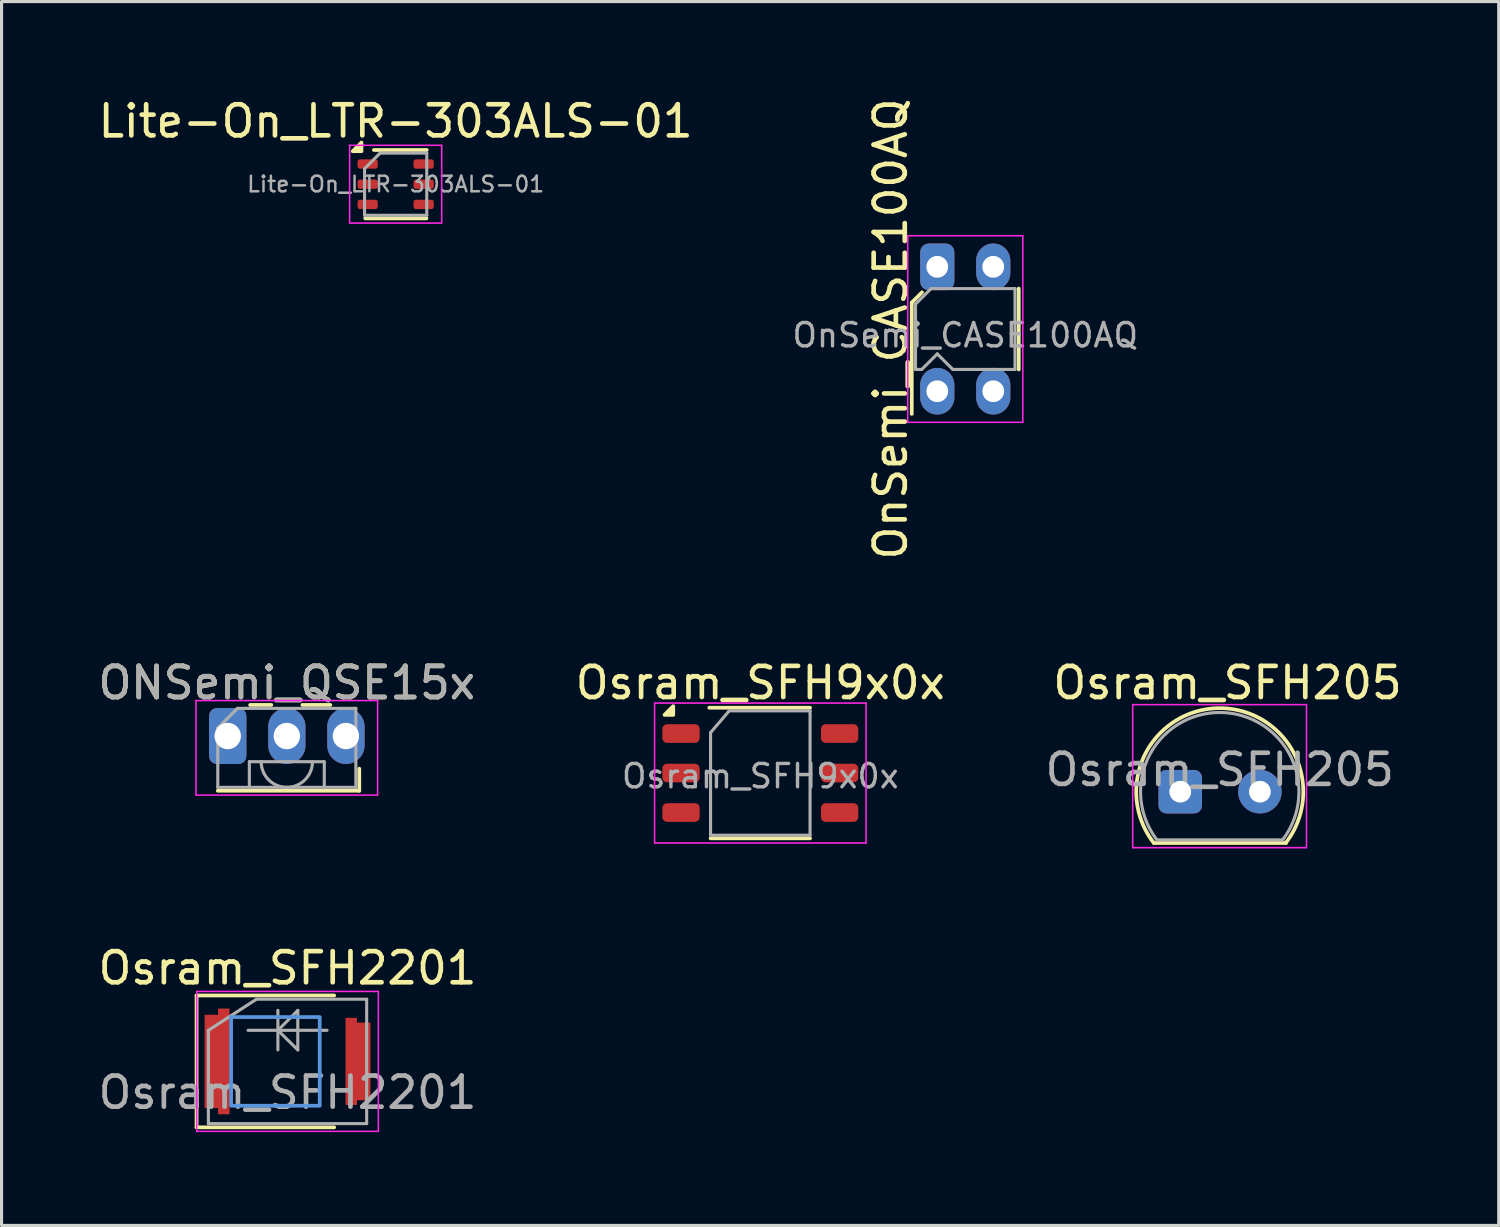
<source format=kicad_pcb>
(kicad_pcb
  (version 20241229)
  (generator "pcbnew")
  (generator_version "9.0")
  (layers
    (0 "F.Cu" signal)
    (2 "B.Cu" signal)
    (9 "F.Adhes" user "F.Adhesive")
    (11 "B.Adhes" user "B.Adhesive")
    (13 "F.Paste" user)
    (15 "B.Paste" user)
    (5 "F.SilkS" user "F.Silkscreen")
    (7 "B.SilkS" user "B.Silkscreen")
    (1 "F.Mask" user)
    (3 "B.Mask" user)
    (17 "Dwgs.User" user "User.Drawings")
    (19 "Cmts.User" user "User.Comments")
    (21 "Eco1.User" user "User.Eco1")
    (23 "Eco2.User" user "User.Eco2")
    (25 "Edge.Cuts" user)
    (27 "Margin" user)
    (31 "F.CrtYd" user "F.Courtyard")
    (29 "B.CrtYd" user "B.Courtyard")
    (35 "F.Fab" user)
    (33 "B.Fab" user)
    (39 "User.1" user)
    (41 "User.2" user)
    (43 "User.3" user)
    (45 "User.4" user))
  (footprint "Osram_SFH2201"
    (layer "F.Cu")
    (at 6.196 31.081)
    (property "Reference" "Osram_SFH2201" (at 0 -3 0) (unlocked yes) (layer "F.SilkS") (effects (font (size 1 1) (thickness 0.15))))
    (attr smd)
    (fp_line (start -2.925 -2.12) (end -2.925 2.12) (stroke (width 0.12) (type solid)) (layer "F.SilkS"))
    (fp_line (start -2.925 2.12) (end 1.5 2.12) (stroke (width 0.12) (type solid)) (layer "F.SilkS"))
    (fp_line (start 1.5 -2.12) (end -2.925 -2.12) (stroke (width 0.12) (type solid)) (layer "F.SilkS"))
    (fp_rect (start -1.815 -1.425) (end 1.035 1.425) (stroke (width 0.12) (type solid)) (fill no) (layer "Cmts.User"))
    (fp_line (start -2.92 -2.25) (end -2.92 2.25) (stroke (width 0.05) (type solid)) (layer "F.CrtYd"))
    (fp_line (start -2.92 -2.25) (end 2.92 -2.25) (stroke (width 0.05) (type solid)) (layer "F.CrtYd"))
    (fp_line (start 2.92 2.25) (end -2.92 2.25) (stroke (width 0.05) (type solid)) (layer "F.CrtYd"))
    (fp_line (start 2.92 2.25) (end 2.92 -2.25) (stroke (width 0.05) (type solid)) (layer "F.CrtYd"))
    (fp_line (start -2.545 -1) (end -2.545 2) (stroke (width 0.1) (type solid)) (layer "F.Fab"))
    (fp_line (start -2.545 -1) (end -1 -2) (stroke (width 0.1) (type solid)) (layer "F.Fab"))
    (fp_line (start -1.27 -1) (end 1.27 -1) (stroke (width 0.1) (type solid)) (layer "F.Fab"))
    (fp_line (start -1 -2) (end 2.545 -2) (stroke (width 0.1) (type solid)) (layer "F.Fab"))
    (fp_line (start -0.31 -1.64) (end -0.31 -0.37) (stroke (width 0.1) (type solid)) (layer "F.Fab"))
    (fp_line (start -0.31 -1) (end 0.33 -1.64) (stroke (width 0.1) (type solid)) (layer "F.Fab"))
    (fp_line (start 0.33 -1.64) (end 0.33 -0.37) (stroke (width 0.1) (type solid)) (layer "F.Fab"))
    (fp_line (start 0.33 -0.37) (end -0.31 -1) (stroke (width 0.1) (type solid)) (layer "F.Fab"))
    (fp_line (start 2.545 -2) (end 2.545 2) (stroke (width 0.1) (type solid)) (layer "F.Fab"))
    (fp_line (start 2.545 2) (end -2.545 2) (stroke (width 0.1) (type solid)) (layer "F.Fab"))
    (fp_text user "${REFERENCE}" (at 0 1 0) (unlocked yes) (layer "F.Fab") (effects (font (size 1 1) (thickness 0.15))))
    (pad "" smd rect (at -2.265 -0.8) (size 0.6 1) (layers "F.Paste"))
    (pad "" smd rect (at -2.265 0.8) (size 0.6 1) (layers "F.Paste"))
    (pad "" smd rect (at 2.265 -0.7) (size 0.6 1) (layers "F.Paste"))
    (pad "" smd rect (at 2.265 0.7) (size 0.6 1) (layers "F.Paste"))
    (pad "1" smd custom (at -2.265 0) (size 0.8 3) (layers "F.Cu" "F.Mask") (options (anchor rect)) (primitives (gr_poly (pts (xy -0.4 -1.5) (xy 0.03 -1.5) (xy 0.03 -1.7) (xy 0.4 -1.7) (xy 0.4 1.7) (xy 0.03 1.7) (xy 0.03 1.5) (xy -0.4 1.5)) (width 0) (fill yes))))
    (pad "2" smd custom (at 2.265 0 180) (size 0.8 2.5) (layers "F.Cu" "F.Mask") (options (anchor rect)) (primitives (gr_poly (pts (xy -0.4 -1.25) (xy 0.03 -1.25) (xy 0.03 -1.4) (xy 0.4 -1.4) (xy 0.4 1.4) (xy 0.03 1.4) (xy 0.03 1.25) (xy -0.4 1.25)) (width 0) (fill yes)))))
  (footprint "OnSemi_CASE100AQ"
    (layer "F.Cu")
    (at 27.089 5.53)
    (property "Reference" "OnSemi_CASE100AQ" (at -1.5 2 90) (layer "F.SilkS") (effects (font (size 1 1) (thickness 0.15))))
    (attr through_hole)
    (fp_line (start -0.82 1.15) (end -0.82 4.73) (stroke (width 0.12) (type solid)) (layer "F.SilkS"))
    (fp_line (start -0.49 0.82) (end -0.82 1.15) (stroke (width 0.12) (type solid)) (layer "F.SilkS"))
    (fp_line (start 2.62 3.3) (end 2.62 0.7) (stroke (width 0.12) (type solid)) (layer "F.SilkS"))
    (fp_line (start -0.95 -1) (end -0.95 5) (stroke (width 0.05) (type solid)) (layer "F.CrtYd"))
    (fp_line (start -0.95 -1) (end 2.75 -1) (stroke (width 0.05) (type solid)) (layer "F.CrtYd"))
    (fp_line (start 2.75 5) (end -0.95 5) (stroke (width 0.05) (type solid)) (layer "F.CrtYd"))
    (fp_line (start 2.75 5) (end 2.75 -1) (stroke (width 0.05) (type solid)) (layer "F.CrtYd"))
    (fp_line (start -0.7 1.2) (end -0.2 0.7) (stroke (width 0.1) (type solid)) (layer "F.Fab"))
    (fp_line (start -0.7 3.3) (end -0.7 1.2) (stroke (width 0.1) (type solid)) (layer "F.Fab"))
    (fp_line (start -0.7 3.3) (end -0.5 3.3) (stroke (width 0.1) (type solid)) (layer "F.Fab"))
    (fp_line (start -0.2 0.7) (end 2.5 0.7) (stroke (width 0.1) (type solid)) (layer "F.Fab"))
    (fp_line (start 0 2.8) (end -0.5 3.3) (stroke (width 0.1) (type solid)) (layer "F.Fab"))
    (fp_line (start 0 2.8) (end 0.5 3.3) (stroke (width 0.1) (type solid)) (layer "F.Fab"))
    (fp_line (start 2.5 0.7) (end 2.5 3.3) (stroke (width 0.1) (type solid)) (layer "F.Fab"))
    (fp_line (start 2.5 3.3) (end 0.5 3.3) (stroke (width 0.1) (type solid)) (layer "F.Fab"))
    (fp_text user "${REFERENCE}" (at 0.9 2.2 0) (layer "F.Fab") (effects (font (size 0.75 0.75) (thickness 0.11))))
    (pad "1" thru_hole roundrect (at 0 0) (size 1.1 1.5) (drill 0.7) (layers "*.Cu" "*.Mask") (roundrect_rratio 0.25))
    (pad "2" thru_hole oval (at 0 4) (size 1.1 1.5) (drill 0.7) (layers "*.Cu" "*.Mask"))
    (pad "3" thru_hole oval (at 1.8 4) (size 1.1 1.5) (drill 0.7) (layers "*.Cu" "*.Mask"))
    (pad "4" thru_hole oval (at 1.8 0) (size 1.1 1.5) (drill 0.7) (layers "*.Cu" "*.Mask")))
  (footprint "ONSemi_QSE15x"
    (layer "F.Cu")
    (at 4.273 20.618)
    (property "Reference" "ONSemi_QSE15x" (at 1.9 -1.71 0) (layer "F.SilkS") (effects (font (size 1 1) (thickness 0.15))))
    (attr through_hole)
    (fp_line (start -0.32 1.76) (end 4.23 1.76) (stroke (width 0.12) (type solid)) (layer "F.SilkS"))
    (fp_line (start 0.72 -1) (end 1.4 -1) (stroke (width 0.12) (type solid)) (layer "F.SilkS"))
    (fp_line (start 2.4 -1) (end 3.3 -1) (stroke (width 0.12) (type solid)) (layer "F.SilkS"))
    (fp_line (start 4.23 1.76) (end 4.23 1.05) (stroke (width 0.12) (type solid)) (layer "F.SilkS"))
    (fp_line (start -1.02 -1.14) (end 4.82 -1.14) (stroke (width 0.05) (type solid)) (layer "F.CrtYd"))
    (fp_line (start -1.02 1.9) (end -1.02 -1.14) (stroke (width 0.05) (type solid)) (layer "F.CrtYd"))
    (fp_line (start 4.82 -1.14) (end 4.82 1.9) (stroke (width 0.05) (type solid)) (layer "F.CrtYd"))
    (fp_line (start 4.82 1.9) (end -1.02 1.9) (stroke (width 0.05) (type solid)) (layer "F.CrtYd"))
    (fp_line (start -0.32 -0.255) (end -0.32 1.65) (stroke (width 0.1) (type solid)) (layer "F.Fab"))
    (fp_line (start -0.32 -0.255) (end 0.315 -0.89) (stroke (width 0.1) (type solid)) (layer "F.Fab"))
    (fp_line (start -0.32 1.65) (end 4.12 1.65) (stroke (width 0.1) (type solid)) (layer "F.Fab"))
    (fp_line (start 0.315 -0.89) (end 4.12 -0.89) (stroke (width 0.1) (type solid)) (layer "F.Fab"))
    (fp_line (start 0.695 0.825) (end 3.105 0.825) (stroke (width 0.1) (type solid)) (layer "F.Fab"))
    (fp_line (start 0.695 1.65) (end 0.695 0.825) (stroke (width 0.1) (type solid)) (layer "F.Fab"))
    (fp_line (start 3.105 1.65) (end 3.105 0.825) (stroke (width 0.1) (type solid)) (layer "F.Fab"))
    (fp_line (start 4.12 1.65) (end 4.12 -0.89) (stroke (width 0.1) (type solid)) (layer "F.Fab"))
    (fp_arc (start 1.9 1.65) (mid 1.316637 1.408363) (end 1.075 0.825) (stroke (width 0.1) (type solid)) (layer "F.Fab"))
    (fp_arc (start 2.725 0.825) (mid 2.483363 1.408363) (end 1.9 1.65) (stroke (width 0.1) (type solid)) (layer "F.Fab"))
    (fp_text user "${REFERENCE}" (at 1.9 -1.71 0) (layer "F.Fab") (effects (font (size 1 1) (thickness 0.15))))
    (pad "1" thru_hole roundrect (at 0 0) (size 1.2 1.8) (drill 0.85) (layers "*.Cu" "*.Mask") (roundrect_rratio 0.208))
    (pad "2" thru_hole oval (at 1.9 0) (size 1.2 1.8) (drill 0.85) (layers "*.Cu" "*.Mask"))
    (pad "3" thru_hole oval (at 3.8 0) (size 1.2 1.8) (drill 0.85) (layers "*.Cu" "*.Mask")))
  (footprint "Osram_SFH9x0x"
    (layer "F.Cu")
    (at 21.399 21.808)
    (property "Reference" "Osram_SFH9x0x" (at 0 -2.9 0) (layer "F.SilkS") (effects (font (size 1 1) (thickness 0.15))))
    (attr smd)
    (fp_line (start -1.6 2.1) (end 1.6 2.1) (stroke (width 0.12) (type solid)) (layer "F.SilkS"))
    (fp_line (start 1.6 -2.1) (end -1.64 -2.1) (stroke (width 0.12) (type solid)) (layer "F.SilkS"))
    (fp_poly (pts (xy -2.8 -1.87) (xy -3.08 -1.87) (xy -2.8 -2.15) (xy -2.8 -1.87)) (stroke (width 0.12) (type solid)) (fill yes) (layer "F.SilkS"))
    (fp_line (start -3.4 -2.25) (end -3.4 2.25) (stroke (width 0.05) (type solid)) (layer "F.CrtYd"))
    (fp_line (start -3.4 -2.25) (end 3.4 -2.25) (stroke (width 0.05) (type solid)) (layer "F.CrtYd"))
    (fp_line (start 3.4 2.25) (end -3.4 2.25) (stroke (width 0.05) (type solid)) (layer "F.CrtYd"))
    (fp_line (start 3.4 2.25) (end 3.4 -2.25) (stroke (width 0.05) (type solid)) (layer "F.CrtYd"))
    (fp_line (start -1.6 -1.3) (end -1.6 2) (stroke (width 0.1) (type solid)) (layer "F.Fab"))
    (fp_line (start -1.6 2) (end 1.6 2) (stroke (width 0.1) (type solid)) (layer "F.Fab"))
    (fp_line (start -1 -2) (end -1.6 -1.3) (stroke (width 0.1) (type solid)) (layer "F.Fab"))
    (fp_line (start 1.6 -2) (end -1 -2) (stroke (width 0.1) (type solid)) (layer "F.Fab"))
    (fp_line (start 1.6 2) (end 1.6 -2) (stroke (width 0.1) (type solid)) (layer "F.Fab"))
    (fp_text user "${REFERENCE}" (at 0 0.1 0) (layer "F.Fab") (effects (font (size 0.75 0.75) (thickness 0.11))))
    (pad "1" smd roundrect (at -2.55 -1.27) (size 1.2 0.6) (layers "F.Cu" "F.Mask" "F.Paste") (roundrect_rratio 0.25))
    (pad "2" smd roundrect (at -2.55 0) (size 1.2 0.6) (layers "F.Cu" "F.Mask" "F.Paste") (roundrect_rratio 0.25))
    (pad "3" smd roundrect (at -2.55 1.27) (size 1.2 0.6) (layers "F.Cu" "F.Mask" "F.Paste") (roundrect_rratio 0.25))
    (pad "4" smd roundrect (at 2.55 1.27) (size 1.2 0.6) (layers "F.Cu" "F.Mask" "F.Paste") (roundrect_rratio 0.25))
    (pad "5" smd roundrect (at 2.55 0) (size 1.2 0.6) (layers "F.Cu" "F.Mask" "F.Paste") (roundrect_rratio 0.25))
    (pad "6" smd roundrect (at 2.55 -1.27) (size 1.2 0.6) (layers "F.Cu" "F.Mask" "F.Paste") (roundrect_rratio 0.25)))
  (footprint "Osram_SFH205"
    (layer "F.Cu")
    (at 34.903 22.408)
    (property "Reference" "Osram_SFH205" (at 1.52 -3.5 0) (layer "F.SilkS") (effects (font (size 1 1) (thickness 0.15))))
    (attr through_hole)
    (fp_line (start -0.85 1.65) (end 3.4 1.65) (stroke (width 0.12) (type solid)) (layer "F.SilkS"))
    (fp_arc (start -0.85 1.65) (mid 1.266938 -2.686427) (end 3.393756 1.645163) (stroke (width 0.12) (type solid)) (layer "F.SilkS"))
    (fp_line (start -1.53 -2.8) (end -1.53 1.8) (stroke (width 0.05) (type solid)) (layer "F.CrtYd"))
    (fp_line (start -1.53 -2.8) (end 4.06 -2.8) (stroke (width 0.05) (type solid)) (layer "F.CrtYd"))
    (fp_line (start 4.06 1.8) (end -1.53 1.8) (stroke (width 0.05) (type solid)) (layer "F.CrtYd"))
    (fp_line (start 4.06 1.8) (end 4.06 -2.8) (stroke (width 0.05) (type solid)) (layer "F.CrtYd"))
    (fp_line (start -0.75 1.55) (end 3.3 1.55) (stroke (width 0.1) (type solid)) (layer "F.Fab"))
    (fp_arc (start -0.75 1.55) (mid 1.266965 -2.546152) (end 3.293689 1.54518) (stroke (width 0.1) (type solid)) (layer "F.Fab"))
    (fp_text user "${REFERENCE}" (at 1.27 -0.707 0) (layer "F.Fab") (effects (font (size 1 1) (thickness 0.15))))
    (pad "1" thru_hole roundrect (at 0 0) (size 1.4 1.4) (drill 0.7) (layers "*.Cu" "*.Mask") (roundrect_rratio 0.178))
    (pad "2" thru_hole circle (at 2.56 0) (size 1.4 1.4) (drill 0.7) (layers "*.Cu" "*.Mask")))
  (footprint "Lite-On_LTR-303ALS-01"
    (layer "F.Cu")
    (at 9.673 2.873)
    (property "Reference" "Lite-On_LTR-303ALS-01" (at 0 -2.025 0) (layer "F.SilkS") (effects (font (size 1 1) (thickness 0.15))))
    (attr smd)
    (fp_line (start -0.98 1.1) (end 0.99 1.1) (stroke (width 0.12) (type solid)) (layer "F.SilkS"))
    (fp_line (start -0.7 -1.1) (end 1 -1.1) (stroke (width 0.12) (type solid)) (layer "F.SilkS"))
    (fp_poly (pts (xy -1.1 -1.06) (xy -1.38 -1.06) (xy -1.1 -1.34) (xy -1.1 -1.06)) (stroke (width 0.12) (type solid)) (fill yes) (layer "F.SilkS"))
    (fp_line (start -1.48 -1.25) (end -1.48 1.25) (stroke (width 0.05) (type solid)) (layer "F.CrtYd"))
    (fp_line (start -1.48 1.25) (end 1.48 1.25) (stroke (width 0.05) (type solid)) (layer "F.CrtYd"))
    (fp_line (start 1.48 -1.25) (end -1.48 -1.25) (stroke (width 0.05) (type solid)) (layer "F.CrtYd"))
    (fp_line (start 1.48 1.25) (end 1.48 -1.25) (stroke (width 0.05) (type solid)) (layer "F.CrtYd"))
    (fp_line (start -1 -0.5) (end -0.5 -1) (stroke (width 0.1) (type solid)) (layer "F.Fab"))
    (fp_line (start -1 1) (end -1 -0.5) (stroke (width 0.1) (type solid)) (layer "F.Fab"))
    (fp_line (start -0.5 -1) (end 1 -1) (stroke (width 0.1) (type solid)) (layer "F.Fab"))
    (fp_line (start 1 -1) (end 1 1) (stroke (width 0.1) (type solid)) (layer "F.Fab"))
    (fp_line (start 1 1) (end -1 1) (stroke (width 0.1) (type solid)) (layer "F.Fab"))
    (fp_text user "${REFERENCE}" (at 0 0 0) (layer "F.Fab") (effects (font (size 0.5 0.5) (thickness 0.08))))
    (pad "1" smd roundrect (at -0.9 -0.65) (size 0.65 0.3) (layers "F.Cu" "F.Mask" "F.Paste") (roundrect_rratio 0.25))
    (pad "2" smd roundrect (at -0.9 0) (size 0.65 0.3) (layers "F.Cu" "F.Mask" "F.Paste") (roundrect_rratio 0.25))
    (pad "3" smd roundrect (at -0.9 0.65) (size 0.65 0.3) (layers "F.Cu" "F.Mask" "F.Paste") (roundrect_rratio 0.25))
    (pad "4" smd roundrect (at 0.9 0.65) (size 0.65 0.3) (layers "F.Cu" "F.Mask" "F.Paste") (roundrect_rratio 0.25))
    (pad "5" smd roundrect (at 0.9 0) (size 0.65 0.3) (layers "F.Cu" "F.Mask" "F.Paste") (roundrect_rratio 0.25))
    (pad "6" smd roundrect (at 0.9 -0.65) (size 0.65 0.3) (layers "F.Cu" "F.Mask" "F.Paste") (roundrect_rratio 0.25)))
  (gr_rect
    (start -3 -3)
    (end 45.143 36.356)
    (stroke (width 0.1) (type default))
    (fill no)
    (layer "Edge.Cuts")))
</source>
